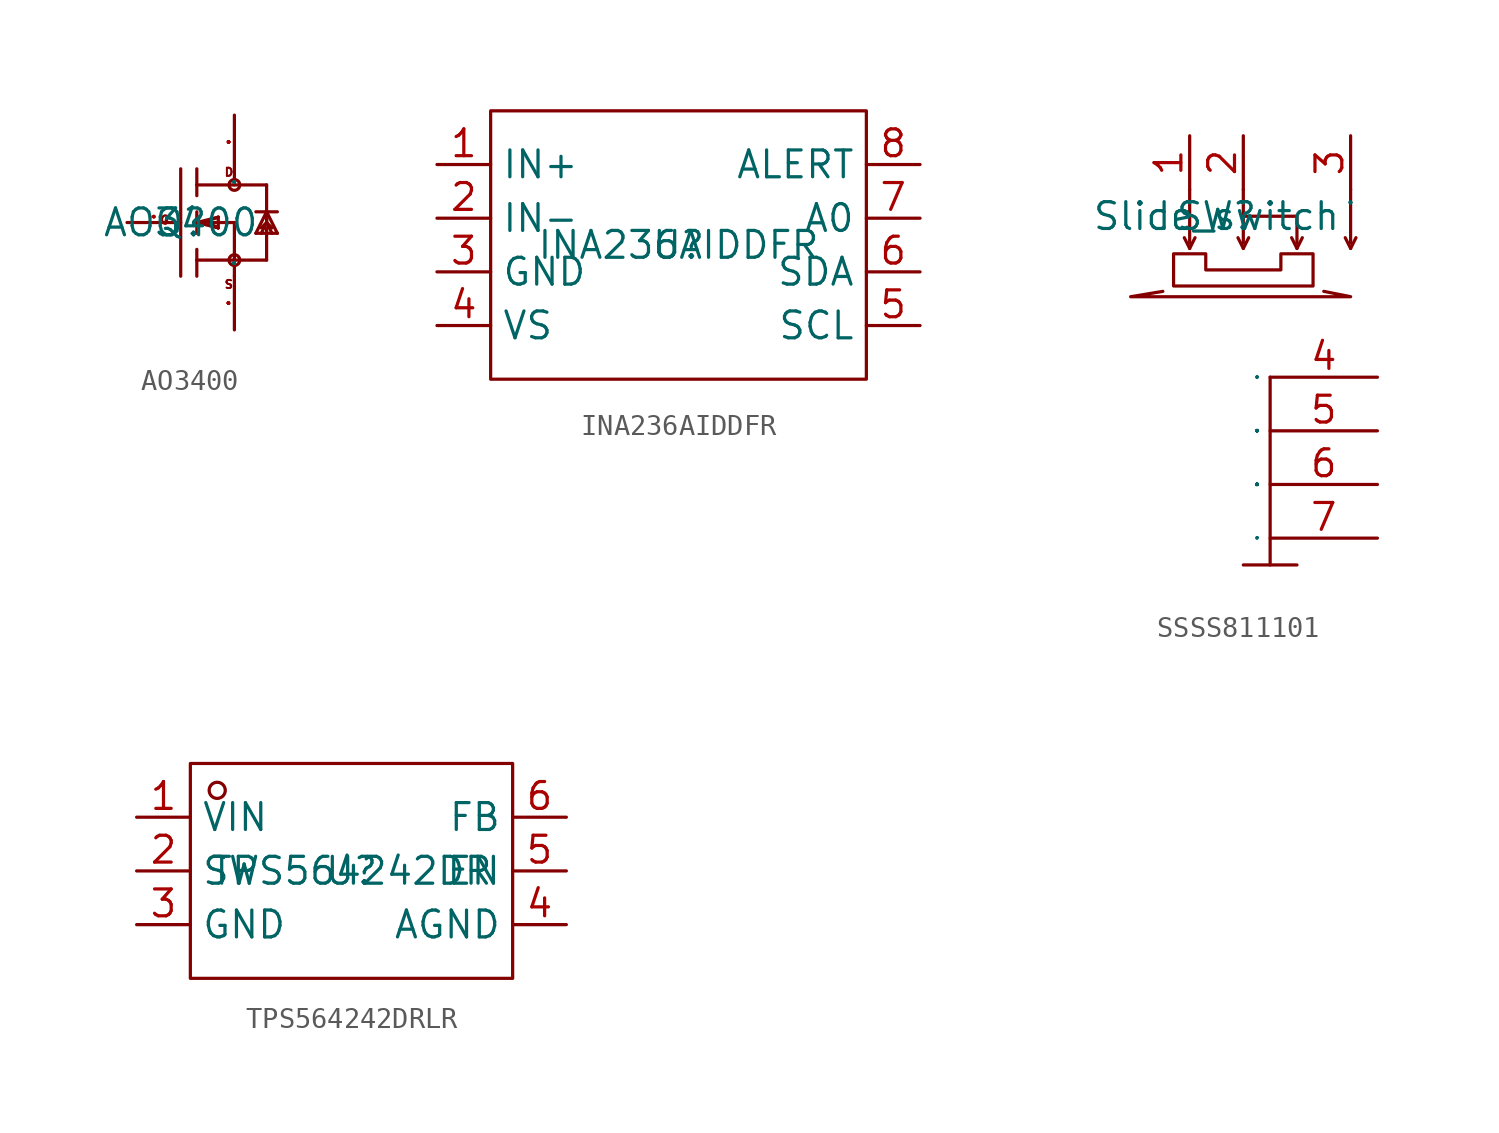
<source format=kicad_sym>
(kicad_symbol_lib
  (version 20241209)
  (generator "kicad_symbol_editor")
  (generator_version "9.0")
  (symbol "AO3400"
    (property "Reference" "Q"
      (at 0 0 0)
      (effects (font (size 1.27 1.27))))
    (property "Value" "AO3400"
      (at 0 0 0)
      (effects (font (size 1.27 1.27))))
    (symbol "AO3400_1_0"
      (polyline (pts (xy 0 2.54) (xy 0 -2.54)) (stroke (width 0) (type default)) (fill (type none)))
      (polyline (pts (xy 0.762 2.54) (xy 0.762 1.778)) (stroke (width 0) (type default)) (fill (type none)))
      (polyline (pts (xy 0.762 1.778) (xy 0.762 1.27)) (stroke (width 0) (type default)) (fill (type none)))
      (polyline (pts (xy 0.762 1.778) (xy 4.064 1.778) (xy 4.064 1.778) (xy 4.064 1.778)) (stroke (width 0) (type default)) (fill (type none)))
      (polyline (pts (xy 0.762 0.508) (xy 0.762 0)) (stroke (width 0) (type default)) (fill (type none)))
      (polyline (pts (xy 0.762 0) (xy 0.762 -0.508)) (stroke (width 0) (type default)) (fill (type none)))
      (polyline (pts (xy 0.762 0) (xy 1.778 0.254)) (stroke (width 0) (type default)) (fill (type none)))
      (polyline (pts (xy 0.762 0) (xy 1.778 -0.254)) (stroke (width 0) (type default)) (fill (type none)))
      (polyline (pts (xy 0.762 -1.778) (xy 0.762 -1.27)) (stroke (width 0) (type default)) (fill (type none)))
      (polyline (pts (xy 0.762 -1.778) (xy 2.54 -1.778)) (stroke (width 0) (type default)) (fill (type none)))
      (polyline (pts (xy 0.762 -2.54) (xy 0.762 -1.778)) (stroke (width 0) (type default)) (fill (type none)))
      (polyline (pts (xy 1.016 0) (xy 0.762 0)) (stroke (width 0) (type default)) (fill (type none)))
      (polyline (pts (xy 1.016 0) (xy 1.778 -0.254)) (stroke (width 0) (type default)) (fill (type none)))
      (polyline (pts (xy 1.016 0) (xy 2.54 0)) (stroke (width 0) (type default)) (fill (type none)))
      (polyline (pts (xy 1.778 0.254) (xy 1.016 0)) (stroke (width 0) (type default)) (fill (type none)))
      (polyline (pts (xy 1.778 -0.254) (xy 1.27 0)) (stroke (width 0) (type default)) (fill (type none)))
      (polyline (pts (xy 1.778 -0.254) (xy 1.778 0.254)) (stroke (width 0) (type default)) (fill (type none)))
      (polyline (pts (xy 2.54 2.54) (xy 2.54 1.778)) (stroke (width 0) (type default)) (fill (type none)))
      (circle (center 2.54 1.778) (radius 0.254) (stroke (width 0) (type default)) (fill (type none)))
      (polyline (pts (xy 2.54 0) (xy 2.54 -1.778)) (stroke (width 0) (type default)) (fill (type none)))
      (polyline (pts (xy 2.54 -1.778) (xy 2.54 -2.54)) (stroke (width 0) (type default)) (fill (type none)))
      (circle (center 2.54 -1.778) (radius 0.254) (stroke (width 0) (type default)) (fill (type none)))
      (polyline (pts (xy 3.556 -0.508) (xy 4.064 0.508)) (stroke (width 0) (type default)) (fill (type none)))
      (polyline (pts (xy 3.81 -0.508) (xy 3.556 -0.508)) (stroke (width 0) (type default)) (fill (type none)))
      (polyline (pts (xy 4.064 1.778) (xy 4.064 0)) (stroke (width 0) (type default)) (fill (type none)))
      (polyline (pts (xy 4.064 0.508) (xy 3.556 0.508)) (stroke (width 0) (type default)) (fill (type none)))
      (polyline (pts (xy 4.064 0.508) (xy 4.572 -0.508)) (stroke (width 0) (type default)) (fill (type none)))
      (polyline (pts (xy 4.064 0) (xy 3.81 -0.254)) (stroke (width 0) (type default)) (fill (type none)))
      (polyline (pts (xy 4.064 0) (xy 3.81 -0.508)) (stroke (width 0) (type default)) (fill (type none)))
      (polyline (pts (xy 4.064 0) (xy 4.064 0.508)) (stroke (width 0) (type default)) (fill (type none)))
      (polyline (pts (xy 4.064 -0.254) (xy 4.064 -1.778)) (stroke (width 0) (type default)) (fill (type none)))
      (polyline (pts (xy 4.064 -1.778) (xy 2.54 -1.778)) (stroke (width 0) (type default)) (fill (type none)))
      (polyline (pts (xy 4.318 -0.254) (xy 4.064 0)) (stroke (width 0) (type default)) (fill (type none)))
      (polyline (pts (xy 4.318 -0.508) (xy 3.81 -0.508)) (stroke (width 0) (type default)) (fill (type none)))
      (polyline (pts (xy 4.318 -0.508) (xy 4.064 0)) (stroke (width 0) (type default)) (fill (type none)))
      (polyline (pts (xy 4.572 0.508) (xy 4.064 0.508)) (stroke (width 0) (type default)) (fill (type none)))
      (polyline (pts (xy 4.572 -0.508) (xy 4.318 -0.508)) (stroke (width 0) (type default)) (fill (type none)))
      (text "G" (at -1.016 -0.102 0) (effects (font (size 0.381 0.381)) (justify left bottom)))
      (text "D" (at 2.032 2.159 0) (effects (font (size 0.381 0.381)) (justify left bottom)))
      (text "S" (at 2.032 -3.15 0) (effects (font (size 0.381 0.381)) (justify left bottom)))
      (pin unspecified line (at -2.54 0 0) (length 2.54) (name "G" (effects (font (size 0.025 0.025)))) (number "1" (effects (font (size 0.025 0.025)))))
      (pin unspecified line (at 2.54 5.08 270) (length 2.54) (name "D" (effects (font (size 0.025 0.025)))) (number "3" (effects (font (size 0.025 0.025)))))
      (pin unspecified line (at 2.54 -5.08 90) (length 2.54) (name "S" (effects (font (size 0.025 0.025)))) (number "2" (effects (font (size 0.025 0.025)))))))
  (symbol "INA236AIDDFR"
    (property "Reference" "U"
      (at 0 0 0)
      (effects (font (size 1.27 1.27))))
    (property "Value" "INA236AIDDFR"
      (at 0 0 0)
      (effects (font (size 1.27 1.27))))
    (symbol "INA236AIDDFR_1_0"
      (rectangle (start -8.89 6.35) (end 8.89 -6.35) (stroke (width 0) (type default)) (fill (type none)))
      (pin unspecified line (at -11.43 3.81 0) (length 2.54) (name "IN+" (effects (font (size 1.27 1.27)))) (number "1" (effects (font (size 1.27 1.27)))))
      (pin unspecified line (at -11.43 1.27 0) (length 2.54) (name "IN-" (effects (font (size 1.27 1.27)))) (number "2" (effects (font (size 1.27 1.27)))))
      (pin unspecified line (at -11.43 -1.27 0) (length 2.54) (name "GND" (effects (font (size 1.27 1.27)))) (number "3" (effects (font (size 1.27 1.27)))))
      (pin unspecified line (at -11.43 -3.81 0) (length 2.54) (name "VS" (effects (font (size 1.27 1.27)))) (number "4" (effects (font (size 1.27 1.27)))))
      (pin unspecified line (at 11.43 3.81 180) (length 2.54) (name "ALERT" (effects (font (size 1.27 1.27)))) (number "8" (effects (font (size 1.27 1.27)))))
      (pin unspecified line (at 11.43 1.27 180) (length 2.54) (name "A0" (effects (font (size 1.27 1.27)))) (number "7" (effects (font (size 1.27 1.27)))))
      (pin unspecified line (at 11.43 -1.27 180) (length 2.54) (name "SDA" (effects (font (size 1.27 1.27)))) (number "6" (effects (font (size 1.27 1.27)))))
      (pin unspecified line (at 11.43 -3.81 180) (length 2.54) (name "SCL" (effects (font (size 1.27 1.27)))) (number "5" (effects (font (size 1.27 1.27)))))))
  (symbol "SSSS811101"
    (property "Reference" "SW"
      (at 0 0 0)
      (effects (font (size 1.27 1.27))))
    (property "Value" "Slide_switch"
      (at 0 0 0)
      (effects (font (size 1.27 1.27))))
    (symbol "SSSS811101_1_0"
      (polyline (pts (xy -1.27 1.27) (xy -1.27 -1.27)) (stroke (width 0) (type default)) (fill (type none)))
      (polyline (pts (xy -1.27 -1.524) (xy -1.524 -1.016)) (stroke (width 0) (type default)) (fill (type none)))
      (polyline (pts (xy -1.27 -1.524) (xy -1.016 -1.016)) (stroke (width 0) (type default)) (fill (type none)))
      (polyline (pts (xy 1.27 1.27) (xy 1.27 -1.27)) (stroke (width 0) (type default)) (fill (type none)))
      (polyline (pts (xy 1.27 0) (xy 3.81 0) (xy 3.81 0) (xy 3.81 -1.27)) (stroke (width 0) (type default)) (fill (type none)))
      (polyline (pts (xy 1.27 -1.524) (xy 1.016 -1.016)) (stroke (width 0) (type default)) (fill (type none)))
      (polyline (pts (xy 1.27 -1.524) (xy 1.524 -1.016)) (stroke (width 0) (type default)) (fill (type none)))
      (polyline (pts (xy 1.27 -16.51) (xy 3.81 -16.51)) (stroke (width 0) (type default)) (fill (type none)))
      (polyline (pts (xy 2.54 -7.62) (xy 2.54 -16.51)) (stroke (width 0) (type default)) (fill (type none)))
      (polyline (pts (xy 3.81 -1.524) (xy 3.556 -1.016)) (stroke (width 0) (type default)) (fill (type none)))
      (polyline (pts (xy 3.81 -1.524) (xy 4.064 -1.016)) (stroke (width 0) (type default)) (fill (type none)))
      (polyline (pts (xy 4.572 -1.778) (xy 4.572 -3.302) (xy 4.572 -3.302) (xy -2.032 -3.302) (xy -2.032 -3.302) (xy -2.032 -1.778) (xy -2.032 -1.778) (xy -0.508 -1.778) (xy -0.508 -1.778) (xy -0.508 -2.54) (xy -0.508 -2.54) (xy 3.048 -2.54) (xy 3.048 -2.54) (xy 3.048 -1.778) (xy 3.048 -1.778) (xy 4.572 -1.778)) (stroke (width 0) (type default)) (fill (type none)))
      (polyline (pts (xy 5.08 -3.556) (xy 6.35 -3.81) (xy 6.35 -3.81) (xy -4.064 -3.81) (xy -4.064 -3.81) (xy -2.54 -3.556)) (stroke (width 0) (type default)) (fill (type none)))
      (polyline (pts (xy 6.35 1.27) (xy 6.35 -1.27)) (stroke (width 0) (type default)) (fill (type none)))
      (polyline (pts (xy 6.35 -1.524) (xy 6.096 -1.016)) (stroke (width 0) (type default)) (fill (type none)))
      (polyline (pts (xy 6.35 -1.524) (xy 6.604 -1.016)) (stroke (width 0) (type default)) (fill (type none)))
      (pin unspecified line (at -1.27 3.81 270) (length 2.54) (name "1" (effects (font (size 0.025 0.025)))) (number "1" (effects (font (size 1.27 1.27)))))
      (pin unspecified line (at 1.27 3.81 270) (length 2.54) (name "2" (effects (font (size 0.025 0.025)))) (number "2" (effects (font (size 1.27 1.27)))))
      (pin unspecified line (at 6.35 3.81 270) (length 2.54) (name "3" (effects (font (size 0.025 0.025)))) (number "3" (effects (font (size 1.27 1.27)))))
      (pin unspecified line (at 7.62 -7.62 180) (length 5.08) (name "4" (effects (font (size 0.025 0.025)))) (number "4" (effects (font (size 1.27 1.27)))))
      (pin unspecified line (at 7.62 -10.16 180) (length 5.08) (name "5" (effects (font (size 0.025 0.025)))) (number "5" (effects (font (size 1.27 1.27)))))
      (pin unspecified line (at 7.62 -12.7 180) (length 5.08) (name "6" (effects (font (size 0.025 0.025)))) (number "6" (effects (font (size 1.27 1.27)))))
      (pin unspecified line (at 7.62 -15.24 180) (length 5.08) (name "7" (effects (font (size 0.025 0.025)))) (number "7" (effects (font (size 1.27 1.27)))))))
  (symbol "TPS564242DRLR"
    (property "Reference" "U"
      (at 0 0 0)
      (effects (font (size 1.27 1.27))))
    (property "Value" "TPS564242DR"
      (at 0 0 0)
      (effects (font (size 1.27 1.27))))
    (symbol "TPS564242DRLR_1_0"
      (rectangle (start -7.62 -5.08) (end 7.62 5.08) (stroke (width 0) (type default)) (fill (type none)))
      (circle (center -6.35 3.81) (radius 0.381) (stroke (width 0) (type default)) (fill (type none)))
      (pin unspecified line (at -10.16 2.54 0) (length 2.54) (name "VIN" (effects (font (size 1.27 1.27)))) (number "1" (effects (font (size 1.27 1.27)))))
      (pin unspecified line (at -10.16 0 0) (length 2.54) (name "SW" (effects (font (size 1.27 1.27)))) (number "2" (effects (font (size 1.27 1.27)))))
      (pin unspecified line (at -10.16 -2.54 0) (length 2.54) (name "GND" (effects (font (size 1.27 1.27)))) (number "3" (effects (font (size 1.27 1.27)))))
      (pin unspecified line (at 10.16 2.54 180) (length 2.54) (name "FB" (effects (font (size 1.27 1.27)))) (number "6" (effects (font (size 1.27 1.27)))))
      (pin unspecified line (at 10.16 0 180) (length 2.54) (name "EN" (effects (font (size 1.27 1.27)))) (number "5" (effects (font (size 1.27 1.27)))))
      (pin unspecified line (at 10.16 -2.54 180) (length 2.54) (name "AGND" (effects (font (size 1.27 1.27)))) (number "4" (effects (font (size 1.27 1.27))))))))
</source>
